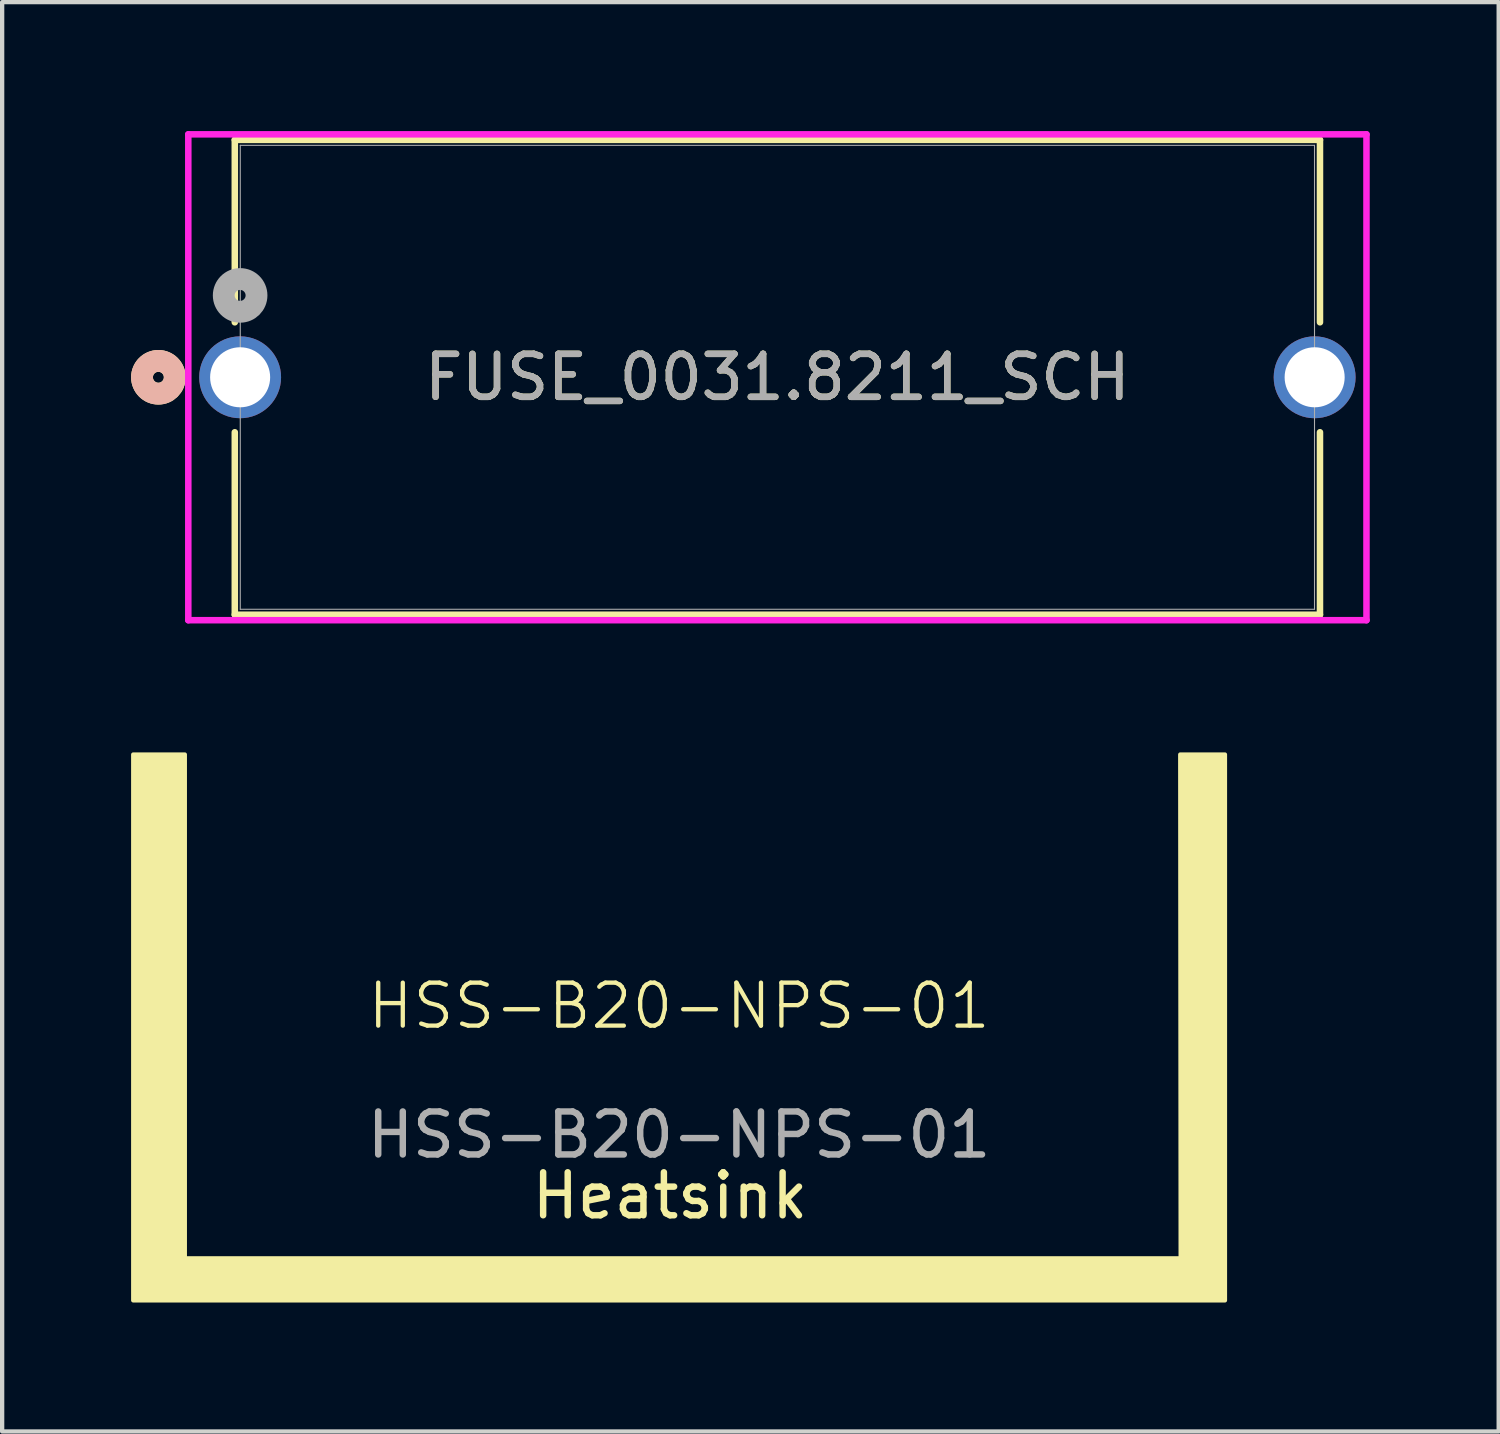
<source format=kicad_pcb>
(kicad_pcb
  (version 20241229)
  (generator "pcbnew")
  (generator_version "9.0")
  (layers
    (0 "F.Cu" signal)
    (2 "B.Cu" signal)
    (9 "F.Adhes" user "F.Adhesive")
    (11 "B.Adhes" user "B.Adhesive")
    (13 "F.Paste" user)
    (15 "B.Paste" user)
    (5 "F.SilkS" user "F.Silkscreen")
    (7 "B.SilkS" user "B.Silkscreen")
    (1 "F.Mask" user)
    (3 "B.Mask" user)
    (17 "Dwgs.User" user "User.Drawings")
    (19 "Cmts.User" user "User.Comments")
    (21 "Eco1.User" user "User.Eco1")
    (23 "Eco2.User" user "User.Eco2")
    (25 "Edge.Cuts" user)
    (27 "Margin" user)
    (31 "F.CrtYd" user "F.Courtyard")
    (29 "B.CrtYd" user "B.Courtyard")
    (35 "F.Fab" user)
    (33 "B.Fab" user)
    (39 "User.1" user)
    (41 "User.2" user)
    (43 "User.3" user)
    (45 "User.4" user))
  (footprint "HSS-B20-NPS-01"
    (layer "F.Cu")
    (at 12.75 20.855)
    (property "Reference" "HSS-B20-NPS-01" (at 0 -0.5 0) (unlocked yes) (layer "F.SilkS") (effects (font (size 1 1) (thickness 0.1))))
    (attr board_only exclude_from_pos_files exclude_from_bom)
    (fp_poly (pts (xy 12.7 -6.35) (xy 12.7 6.35) (xy -12.7 6.35) (xy -12.7 -6.35) (xy -11.5 -6.35) (xy -11.5 5.372) (xy 11.67 5.372) (xy 11.66 -6.35)) (stroke (width 0.1) (type solid)) (fill yes) (layer "F.SilkS"))
    (fp_text user "Heatsink" (at -3.5 4.5 0) (unlocked yes) (layer "F.SilkS") (effects (font (size 1 1) (thickness 0.15)) (justify left bottom)))
    (fp_text user "${REFERENCE}" (at 0 2.5 0) (unlocked yes) (layer "F.Fab") (effects (font (size 1 1) (thickness 0.15)))))
  (footprint "FUSE_0031.8211_SCH"
    (layer "F.Cu")
    (at 2.537 5.728)
    (property "Reference" "FUSE_0031.8211_SCH" (at 12.5 0 0) (unlocked yes) (layer "F.SilkS") (effects (font (size 1 1) (thickness 0.15))))
    (attr through_hole)
    (fp_line (start -0.124 -5.524) (end -0.124 -1.279) (stroke (width 0.152) (type solid)) (layer "F.SilkS"))
    (fp_line (start -0.124 1.279) (end -0.124 5.524) (stroke (width 0.152) (type solid)) (layer "F.SilkS"))
    (fp_line (start -0.124 5.524) (end 25.124 5.524) (stroke (width 0.152) (type solid)) (layer "F.SilkS"))
    (fp_line (start 25.124 -5.524) (end -0.124 -5.524) (stroke (width 0.152) (type solid)) (layer "F.SilkS"))
    (fp_line (start 25.124 -1.279) (end 25.124 -5.524) (stroke (width 0.152) (type solid)) (layer "F.SilkS"))
    (fp_line (start 25.124 5.524) (end 25.124 1.279) (stroke (width 0.152) (type solid)) (layer "F.SilkS"))
    (fp_circle (center -1.902 0) (end -1.521 0) (stroke (width 0.508) (type solid)) (fill no) (layer "F.SilkS"))
    (fp_circle (center -1.902 0) (end -1.521 0) (stroke (width 0.508) (type solid)) (fill no) (layer "B.SilkS"))
    (fp_line (start -1.206 -5.652) (end -1.206 5.652) (stroke (width 0.152) (type solid)) (layer "F.CrtYd"))
    (fp_line (start -1.206 5.652) (end 26.206 5.652) (stroke (width 0.152) (type solid)) (layer "F.CrtYd"))
    (fp_line (start 26.206 -5.652) (end -1.206 -5.652) (stroke (width 0.152) (type solid)) (layer "F.CrtYd"))
    (fp_line (start 26.206 5.652) (end 26.206 -5.652) (stroke (width 0.152) (type solid)) (layer "F.CrtYd"))
    (fp_line (start 0.003 -5.397) (end 0.003 5.397) (stroke (width 0.025) (type solid)) (layer "F.Fab"))
    (fp_line (start 0.003 5.397) (end 24.997 5.397) (stroke (width 0.025) (type solid)) (layer "F.Fab"))
    (fp_line (start 24.997 -5.397) (end 0.003 -5.397) (stroke (width 0.025) (type solid)) (layer "F.Fab"))
    (fp_line (start 24.997 5.397) (end 24.997 -5.397) (stroke (width 0.025) (type solid)) (layer "F.Fab"))
    (fp_circle (center 0 -1.905) (end 0.381 -1.905) (stroke (width 0.508) (type solid)) (fill no) (layer "F.Fab"))
    (fp_text user "${REFERENCE}" (at 12.5 0 0) (unlocked yes) (layer "F.Fab") (effects (font (size 1 1) (thickness 0.15))))
    (pad "1" thru_hole circle (at 0 0) (size 1.905 1.905) (drill 1.397) (layers "*.Cu" "*.Mask"))
    (pad "2" thru_hole circle (at 25 0) (size 1.905 1.905) (drill 1.397) (layers "*.Cu" "*.Mask")))
  (gr_rect
    (start -3 -3)
    (end 31.819 30.255)
    (stroke (width 0.1) (type default))
    (fill no)
    (layer "Edge.Cuts")))
</source>
